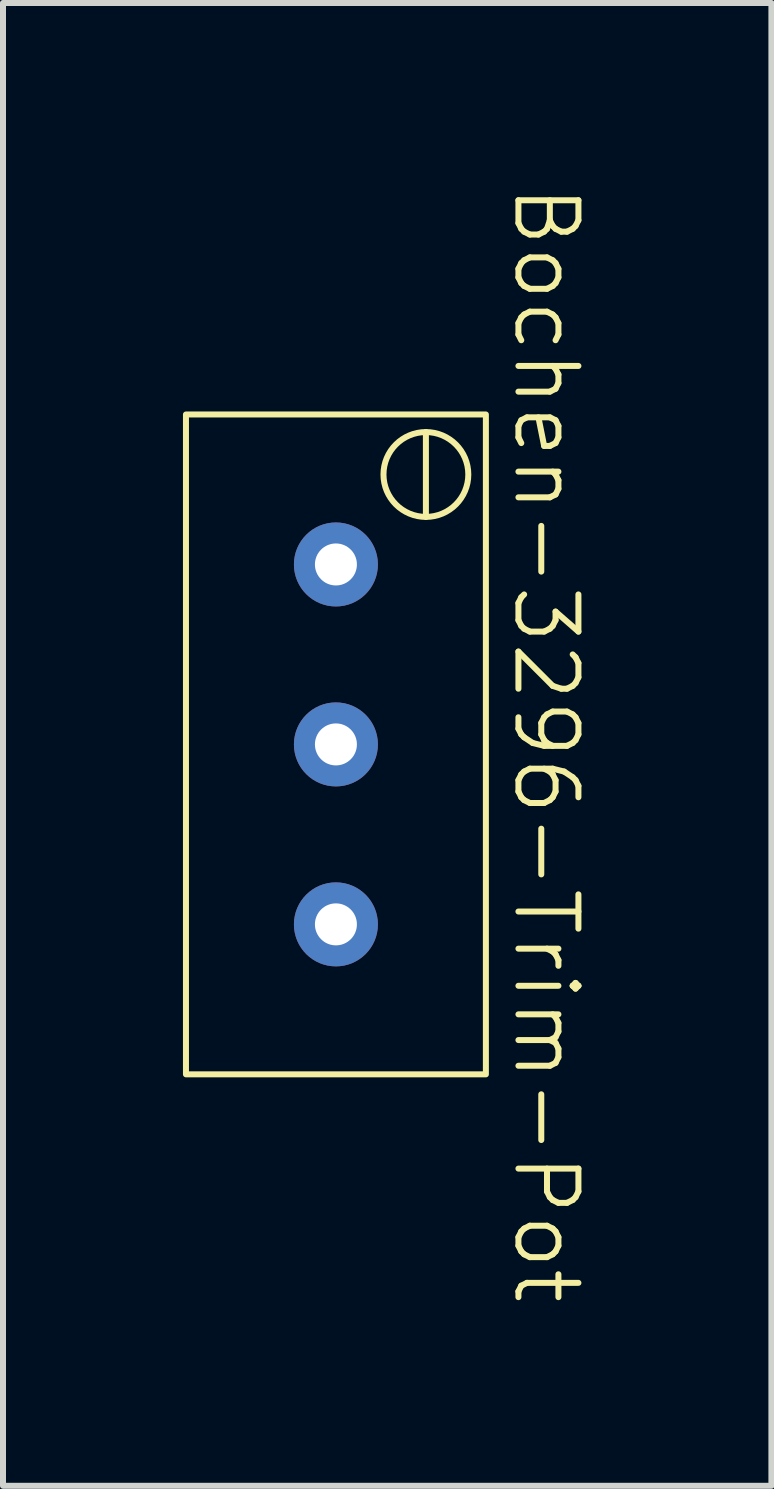
<source format=kicad_pcb>
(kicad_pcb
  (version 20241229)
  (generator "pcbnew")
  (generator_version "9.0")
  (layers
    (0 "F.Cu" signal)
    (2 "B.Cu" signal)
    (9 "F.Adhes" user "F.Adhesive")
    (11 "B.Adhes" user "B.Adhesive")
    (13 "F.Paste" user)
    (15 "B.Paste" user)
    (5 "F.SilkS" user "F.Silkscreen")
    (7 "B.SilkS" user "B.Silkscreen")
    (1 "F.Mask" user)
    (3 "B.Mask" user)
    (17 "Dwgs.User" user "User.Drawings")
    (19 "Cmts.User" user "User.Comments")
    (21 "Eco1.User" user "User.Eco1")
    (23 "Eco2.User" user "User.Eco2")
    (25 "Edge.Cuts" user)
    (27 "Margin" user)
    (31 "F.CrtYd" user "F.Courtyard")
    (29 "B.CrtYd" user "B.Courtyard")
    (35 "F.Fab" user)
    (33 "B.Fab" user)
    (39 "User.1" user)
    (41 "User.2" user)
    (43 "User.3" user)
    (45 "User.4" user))
  (footprint "Bochen-3296-Trim-Pot"
    (layer "F.Cu")
    (at 2.55 9.36)
    (property "Reference" "Bochen-3296-Trim-Pot" (at 3.5 0 270) (unlocked yes) (layer "F.SilkS") (effects (font (size 1 1) (thickness 0.1))))
    (attr smd)
    (fp_line (start 1.5 -5.207) (end 1.5 -3.793) (stroke (width 0.1) (type default)) (layer "F.SilkS"))
    (fp_rect (start -2.5 -5.5) (end 2.5 5.5) (stroke (width 0.1) (type default)) (fill no) (layer "F.SilkS"))
    (fp_circle (center 1.5 -4.5) (end 2 -4) (stroke (width 0.1) (type default)) (fill no) (layer "F.SilkS"))
    (pad "1" thru_hole circle (at 0 -3) (size 1.4 1.4) (drill 0.7) (layers "*.Cu" "*.Mask"))
    (pad "2" thru_hole circle (at 0 0) (size 1.4 1.4) (drill 0.7) (layers "*.Cu" "*.Mask"))
    (pad "3" thru_hole circle (at 0 3) (size 1.4 1.4) (drill 0.7) (layers "*.Cu" "*.Mask")))
  (gr_rect
    (start -3 -3)
    (end 9.81 21.719)
    (stroke (width 0.1) (type default))
    (fill no)
    (layer "Edge.Cuts")))
</source>
